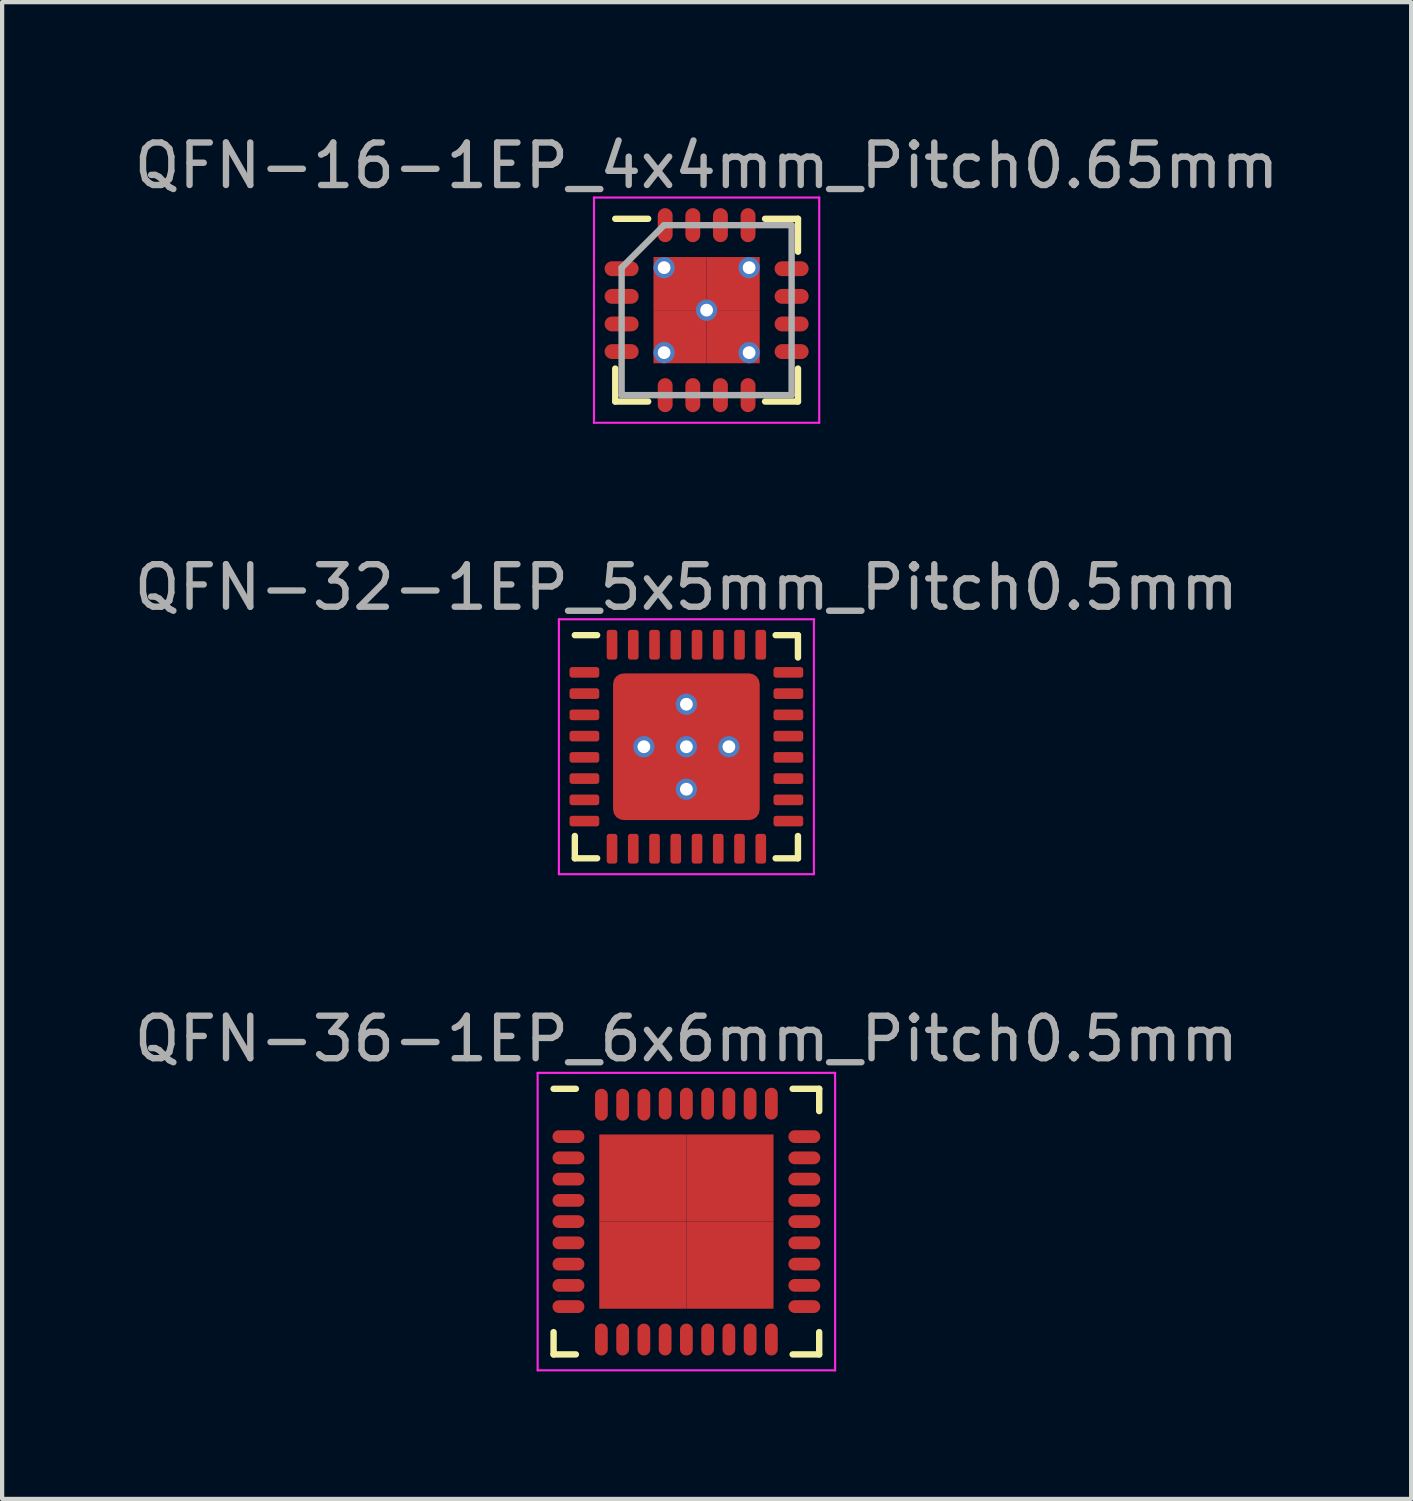
<source format=kicad_pcb>
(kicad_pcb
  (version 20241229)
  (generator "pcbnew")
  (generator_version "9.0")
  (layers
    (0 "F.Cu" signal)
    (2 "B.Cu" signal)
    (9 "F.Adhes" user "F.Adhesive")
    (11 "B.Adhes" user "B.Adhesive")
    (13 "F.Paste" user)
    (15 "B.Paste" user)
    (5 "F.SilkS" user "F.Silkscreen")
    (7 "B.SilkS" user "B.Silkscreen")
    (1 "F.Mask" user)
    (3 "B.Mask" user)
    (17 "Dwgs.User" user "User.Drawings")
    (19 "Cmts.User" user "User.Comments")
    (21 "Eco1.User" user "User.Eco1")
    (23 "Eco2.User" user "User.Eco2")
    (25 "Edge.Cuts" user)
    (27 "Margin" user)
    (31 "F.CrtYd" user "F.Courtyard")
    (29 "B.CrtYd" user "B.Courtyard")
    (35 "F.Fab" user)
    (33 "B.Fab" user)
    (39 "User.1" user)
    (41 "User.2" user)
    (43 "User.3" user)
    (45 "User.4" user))
  (footprint "QFN-36-1EP_6x6mm_Pitch0.5mm"
    (layer "F.Cu")
    (at 13.101 25.695)
    (property "Reference" "QFN-36-1EP_6x6mm_Pitch0.5mm" (at 0 -4.3 0) (layer "F.Fab") (effects (font (size 1 1) (thickness 0.15))))
    (attr smd)
    (fp_line (start -3.125 -3.125) (end -2.6 -3.125) (stroke (width 0.15) (type solid)) (layer "F.SilkS"))
    (fp_line (start -3.125 3.125) (end -3.125 2.6) (stroke (width 0.15) (type solid)) (layer "F.SilkS"))
    (fp_line (start -3.125 3.125) (end -2.6 3.125) (stroke (width 0.15) (type solid)) (layer "F.SilkS"))
    (fp_line (start 3.125 -3.125) (end 2.5 -3.125) (stroke (width 0.15) (type solid)) (layer "F.SilkS"))
    (fp_line (start 3.125 -3.125) (end 3.125 -2.6) (stroke (width 0.15) (type solid)) (layer "F.SilkS"))
    (fp_line (start 3.125 3.125) (end 2.5 3.125) (stroke (width 0.15) (type solid)) (layer "F.SilkS"))
    (fp_line (start 3.125 3.125) (end 3.125 2.6) (stroke (width 0.15) (type solid)) (layer "F.SilkS"))
    (fp_line (start -3.5 -3.5) (end -3.5 3.5) (stroke (width 0.05) (type solid)) (layer "F.CrtYd"))
    (fp_line (start -3.5 -3.5) (end 3.5 -3.5) (stroke (width 0.05) (type solid)) (layer "F.CrtYd"))
    (fp_line (start -3.5 3.5) (end 3.5 3.5) (stroke (width 0.05) (type solid)) (layer "F.CrtYd"))
    (fp_line (start 3.5 -3.5) (end 3.5 3.5) (stroke (width 0.05) (type solid)) (layer "F.CrtYd"))
    (pad "1" smd oval (at -2.775 -2) (size 0.75 0.3) (layers "F.Cu" "F.Mask" "F.Paste"))
    (pad "2" smd oval (at -2.775 -1.5) (size 0.75 0.3) (layers "F.Cu" "F.Mask" "F.Paste"))
    (pad "3" smd oval (at -2.775 -1) (size 0.75 0.3) (layers "F.Cu" "F.Mask" "F.Paste"))
    (pad "4" smd oval (at -2.775 -0.5) (size 0.75 0.3) (layers "F.Cu" "F.Mask" "F.Paste"))
    (pad "5" smd oval (at -2.775 0) (size 0.75 0.3) (layers "F.Cu" "F.Mask" "F.Paste"))
    (pad "6" smd oval (at -2.775 0.5) (size 0.75 0.3) (layers "F.Cu" "F.Mask" "F.Paste"))
    (pad "7" smd oval (at -2.775 1) (size 0.75 0.3) (layers "F.Cu" "F.Mask" "F.Paste"))
    (pad "8" smd oval (at -2.775 1.5) (size 0.75 0.3) (layers "F.Cu" "F.Mask" "F.Paste"))
    (pad "9" smd oval (at -2.775 2) (size 0.75 0.3) (layers "F.Cu" "F.Mask" "F.Paste"))
    (pad "10" smd oval (at -2 2.775 90) (size 0.75 0.3) (layers "F.Cu" "F.Mask" "F.Paste"))
    (pad "11" smd oval (at -1.5 2.775 90) (size 0.75 0.3) (layers "F.Cu" "F.Mask" "F.Paste"))
    (pad "12" smd oval (at -1 2.775 90) (size 0.75 0.3) (layers "F.Cu" "F.Mask" "F.Paste"))
    (pad "13" smd oval (at -0.5 2.775 90) (size 0.75 0.3) (layers "F.Cu" "F.Mask" "F.Paste"))
    (pad "14" smd oval (at 0 2.775 90) (size 0.75 0.3) (layers "F.Cu" "F.Mask" "F.Paste"))
    (pad "15" smd oval (at 0.5 2.775 90) (size 0.75 0.3) (layers "F.Cu" "F.Mask" "F.Paste"))
    (pad "16" smd oval (at 1 2.775 90) (size 0.75 0.3) (layers "F.Cu" "F.Mask" "F.Paste"))
    (pad "17" smd oval (at 1.5 2.775 270) (size 0.75 0.3) (layers "F.Cu" "F.Mask" "F.Paste"))
    (pad "18" smd oval (at 2 2.775 270) (size 0.75 0.3) (layers "F.Cu" "F.Mask" "F.Paste"))
    (pad "19" smd oval (at 2.775 2) (size 0.75 0.3) (layers "F.Cu" "F.Mask" "F.Paste"))
    (pad "20" smd oval (at 2.775 1.5) (size 0.75 0.3) (layers "F.Cu" "F.Mask" "F.Paste"))
    (pad "21" smd oval (at 2.775 1) (size 0.75 0.3) (layers "F.Cu" "F.Mask" "F.Paste"))
    (pad "22" smd oval (at 2.775 0.5) (size 0.75 0.3) (layers "F.Cu" "F.Mask" "F.Paste"))
    (pad "23" smd oval (at 2.775 0) (size 0.75 0.3) (layers "F.Cu" "F.Mask" "F.Paste"))
    (pad "24" smd oval (at 2.775 -0.5) (size 0.75 0.3) (layers "F.Cu" "F.Mask" "F.Paste"))
    (pad "25" smd oval (at 2.775 -1) (size 0.75 0.3) (layers "F.Cu" "F.Mask" "F.Paste"))
    (pad "26" smd oval (at 2.775 -1.5) (size 0.75 0.3) (layers "F.Cu" "F.Mask" "F.Paste"))
    (pad "27" smd oval (at 2.775 -2) (size 0.75 0.3) (layers "F.Cu" "F.Mask" "F.Paste"))
    (pad "28" smd oval (at 2 -2.775 90) (size 0.75 0.3) (layers "F.Cu" "F.Mask" "F.Paste"))
    (pad "29" smd oval (at 1.5 -2.775 90) (size 0.75 0.3) (layers "F.Cu" "F.Mask" "F.Paste"))
    (pad "30" smd oval (at 1 -2.775 90) (size 0.75 0.3) (layers "F.Cu" "F.Mask" "F.Paste"))
    (pad "31" smd oval (at 0.5 -2.775 90) (size 0.75 0.3) (layers "F.Cu" "F.Mask" "F.Paste"))
    (pad "32" smd oval (at 0 -2.775 90) (size 0.75 0.3) (layers "F.Cu" "F.Mask" "F.Paste"))
    (pad "33" smd oval (at -0.5 -2.775 90) (size 0.75 0.3) (layers "F.Cu" "F.Mask" "F.Paste"))
    (pad "34" smd oval (at -1 -2.75 90) (size 0.75 0.3) (layers "F.Cu" "F.Mask" "F.Paste"))
    (pad "35" smd oval (at -1.5 -2.75 90) (size 0.75 0.3) (layers "F.Cu" "F.Mask" "F.Paste"))
    (pad "36" smd oval (at -2 -2.75 90) (size 0.75 0.3) (layers "F.Cu" "F.Mask" "F.Paste"))
    (pad "37" smd rect (at -1.025 -1.025) (size 2.05 2.05) (layers "F.Cu" "F.Mask" "F.Paste"))
    (pad "37" smd rect (at -1.025 1.025) (size 2.05 2.05) (layers "F.Cu" "F.Mask" "F.Paste"))
    (pad "37" smd rect (at 1.025 -1.025) (size 2.05 2.05) (layers "F.Cu" "F.Mask" "F.Paste"))
    (pad "37" smd rect (at 1.025 1.025) (size 2.05 2.05) (layers "F.Cu" "F.Mask" "F.Paste")))
  (footprint "QFN-32-1EP_5x5mm_Pitch0.5mm"
    (layer "F.Cu")
    (at 13.101 14.521)
    (property "Reference" "QFN-32-1EP_5x5mm_Pitch0.5mm" (at 0 -3.75 0) (layer "F.Fab") (effects (font (size 1 1) (thickness 0.15))))
    (attr smd)
    (fp_line (start -2.625 -2.625) (end -2.1 -2.625) (stroke (width 0.15) (type solid)) (layer "F.SilkS"))
    (fp_line (start -2.625 2.625) (end -2.625 2.1) (stroke (width 0.15) (type solid)) (layer "F.SilkS"))
    (fp_line (start -2.625 2.625) (end -2.1 2.625) (stroke (width 0.15) (type solid)) (layer "F.SilkS"))
    (fp_line (start 2.625 -2.625) (end 2.1 -2.625) (stroke (width 0.15) (type solid)) (layer "F.SilkS"))
    (fp_line (start 2.625 -2.625) (end 2.625 -2.1) (stroke (width 0.15) (type solid)) (layer "F.SilkS"))
    (fp_line (start 2.625 2.625) (end 2.1 2.625) (stroke (width 0.15) (type solid)) (layer "F.SilkS"))
    (fp_line (start 2.625 2.625) (end 2.625 2.1) (stroke (width 0.15) (type solid)) (layer "F.SilkS"))
    (fp_line (start -3 -3) (end -3 3) (stroke (width 0.05) (type solid)) (layer "F.CrtYd"))
    (fp_line (start -3 -3) (end 3 -3) (stroke (width 0.05) (type solid)) (layer "F.CrtYd"))
    (fp_line (start -3 3) (end 3 3) (stroke (width 0.05) (type solid)) (layer "F.CrtYd"))
    (fp_line (start 3 -3) (end 3 3) (stroke (width 0.05) (type solid)) (layer "F.CrtYd"))
    (pad "" smd roundrect (at -0.863 -0.863) (size 1.38 1.38) (layers "F.Paste") (roundrect_rratio 0.181))
    (pad "" smd roundrect (at -0.863 0.863) (size 1.38 1.38) (layers "F.Paste") (roundrect_rratio 0.181))
    (pad "" smd roundrect (at 0.863 -0.863) (size 1.38 1.38) (layers "F.Paste") (roundrect_rratio 0.181))
    (pad "" smd roundrect (at 0.863 0.863) (size 1.38 1.38) (layers "F.Paste") (roundrect_rratio 0.181))
    (pad "1" smd roundrect (at -2.4 -1.75) (size 0.7 0.25) (layers "F.Cu" "F.Mask" "F.Paste") (roundrect_rratio 0.25))
    (pad "2" smd roundrect (at -2.4 -1.25) (size 0.7 0.25) (layers "F.Cu" "F.Mask" "F.Paste") (roundrect_rratio 0.25))
    (pad "3" smd roundrect (at -2.4 -0.75) (size 0.7 0.25) (layers "F.Cu" "F.Mask" "F.Paste") (roundrect_rratio 0.25))
    (pad "4" smd roundrect (at -2.4 -0.25) (size 0.7 0.25) (layers "F.Cu" "F.Mask" "F.Paste") (roundrect_rratio 0.25))
    (pad "5" smd roundrect (at -2.4 0.25) (size 0.7 0.25) (layers "F.Cu" "F.Mask" "F.Paste") (roundrect_rratio 0.25))
    (pad "6" smd roundrect (at -2.4 0.75) (size 0.7 0.25) (layers "F.Cu" "F.Mask" "F.Paste") (roundrect_rratio 0.25))
    (pad "7" smd roundrect (at -2.4 1.25) (size 0.7 0.25) (layers "F.Cu" "F.Mask" "F.Paste") (roundrect_rratio 0.25))
    (pad "8" smd roundrect (at -2.4 1.75) (size 0.7 0.25) (layers "F.Cu" "F.Mask" "F.Paste") (roundrect_rratio 0.25))
    (pad "9" smd roundrect (at -1.75 2.4 90) (size 0.7 0.25) (layers "F.Cu" "F.Mask" "F.Paste") (roundrect_rratio 0.25))
    (pad "10" smd roundrect (at -1.25 2.4 90) (size 0.7 0.25) (layers "F.Cu" "F.Mask" "F.Paste") (roundrect_rratio 0.25))
    (pad "11" smd roundrect (at -0.75 2.4 90) (size 0.7 0.25) (layers "F.Cu" "F.Mask" "F.Paste") (roundrect_rratio 0.25))
    (pad "12" smd roundrect (at -0.25 2.4 90) (size 0.7 0.25) (layers "F.Cu" "F.Mask" "F.Paste") (roundrect_rratio 0.25))
    (pad "13" smd roundrect (at 0.25 2.4 90) (size 0.7 0.25) (layers "F.Cu" "F.Mask" "F.Paste") (roundrect_rratio 0.25))
    (pad "14" smd roundrect (at 0.75 2.4 90) (size 0.7 0.25) (layers "F.Cu" "F.Mask" "F.Paste") (roundrect_rratio 0.25))
    (pad "15" smd roundrect (at 1.25 2.4 90) (size 0.7 0.25) (layers "F.Cu" "F.Mask" "F.Paste") (roundrect_rratio 0.25))
    (pad "16" smd roundrect (at 1.75 2.4 90) (size 0.7 0.25) (layers "F.Cu" "F.Mask" "F.Paste") (roundrect_rratio 0.25))
    (pad "17" smd roundrect (at 2.4 1.75) (size 0.7 0.25) (layers "F.Cu" "F.Mask" "F.Paste") (roundrect_rratio 0.25))
    (pad "18" smd roundrect (at 2.4 1.25) (size 0.7 0.25) (layers "F.Cu" "F.Mask" "F.Paste") (roundrect_rratio 0.25))
    (pad "19" smd roundrect (at 2.4 0.75) (size 0.7 0.25) (layers "F.Cu" "F.Mask" "F.Paste") (roundrect_rratio 0.25))
    (pad "20" smd roundrect (at 2.4 0.25) (size 0.7 0.25) (layers "F.Cu" "F.Mask" "F.Paste") (roundrect_rratio 0.25))
    (pad "21" smd roundrect (at 2.4 -0.25) (size 0.7 0.25) (layers "F.Cu" "F.Mask" "F.Paste") (roundrect_rratio 0.25))
    (pad "22" smd roundrect (at 2.4 -0.75) (size 0.7 0.25) (layers "F.Cu" "F.Mask" "F.Paste") (roundrect_rratio 0.25))
    (pad "23" smd roundrect (at 2.4 -1.25) (size 0.7 0.25) (layers "F.Cu" "F.Mask" "F.Paste") (roundrect_rratio 0.25))
    (pad "24" smd roundrect (at 2.4 -1.75) (size 0.7 0.25) (layers "F.Cu" "F.Mask" "F.Paste") (roundrect_rratio 0.25))
    (pad "25" smd roundrect (at 1.75 -2.4 90) (size 0.7 0.25) (layers "F.Cu" "F.Mask" "F.Paste") (roundrect_rratio 0.25))
    (pad "26" smd roundrect (at 1.25 -2.4 90) (size 0.7 0.25) (layers "F.Cu" "F.Mask" "F.Paste") (roundrect_rratio 0.25))
    (pad "27" smd roundrect (at 0.75 -2.4 90) (size 0.7 0.25) (layers "F.Cu" "F.Mask" "F.Paste") (roundrect_rratio 0.25))
    (pad "28" smd roundrect (at 0.25 -2.4 90) (size 0.7 0.25) (layers "F.Cu" "F.Mask" "F.Paste") (roundrect_rratio 0.25))
    (pad "29" smd roundrect (at -0.25 -2.4 90) (size 0.7 0.25) (layers "F.Cu" "F.Mask" "F.Paste") (roundrect_rratio 0.25))
    (pad "30" smd roundrect (at -0.75 -2.4 90) (size 0.7 0.25) (layers "F.Cu" "F.Mask" "F.Paste") (roundrect_rratio 0.25))
    (pad "31" smd roundrect (at -1.25 -2.4 90) (size 0.7 0.25) (layers "F.Cu" "F.Mask" "F.Paste") (roundrect_rratio 0.25))
    (pad "32" smd roundrect (at -1.75 -2.4 90) (size 0.7 0.25) (layers "F.Cu" "F.Mask" "F.Paste") (roundrect_rratio 0.25))
    (pad "33" thru_hole circle (at -1 0 90) (size 0.5 0.5) (drill 0.3) (layers "*.Cu" "F.Mask"))
    (pad "33" thru_hole circle (at 0 -1 90) (size 0.5 0.5) (drill 0.3) (layers "*.Cu" "F.Mask"))
    (pad "33" thru_hole circle (at 0 0 90) (size 0.5 0.5) (drill 0.3) (layers "*.Cu" "F.Mask"))
    (pad "33" smd roundrect (at 0 0) (size 3.45 3.45) (layers "F.Cu" "F.Mask") (roundrect_rratio 0.072))
    (pad "33" thru_hole circle (at 0 1 90) (size 0.5 0.5) (drill 0.3) (layers "*.Cu" "F.Mask"))
    (pad "33" thru_hole circle (at 1 0 90) (size 0.5 0.5) (drill 0.3) (layers "*.Cu" "F.Mask")))
  (footprint "QFN-16-1EP_4x4mm_Pitch0.65mm"
    (layer "F.Cu")
    (at 13.577 4.248)
    (property "Reference" "QFN-16-1EP_4x4mm_Pitch0.65mm" (at 0 -3.4 0) (layer "F.Fab") (effects (font (size 1 1) (thickness 0.15))))
    (attr smd)
    (fp_line (start -2.15 -2.15) (end -1.375 -2.15) (stroke (width 0.15) (type solid)) (layer "F.SilkS"))
    (fp_line (start -2.15 2.15) (end -2.15 1.375) (stroke (width 0.15) (type solid)) (layer "F.SilkS"))
    (fp_line (start -2.15 2.15) (end -1.375 2.15) (stroke (width 0.15) (type solid)) (layer "F.SilkS"))
    (fp_line (start 2.15 -2.15) (end 1.375 -2.15) (stroke (width 0.15) (type solid)) (layer "F.SilkS"))
    (fp_line (start 2.15 -2.15) (end 2.15 -1.375) (stroke (width 0.15) (type solid)) (layer "F.SilkS"))
    (fp_line (start 2.15 2.15) (end 1.375 2.15) (stroke (width 0.15) (type solid)) (layer "F.SilkS"))
    (fp_line (start 2.15 2.15) (end 2.15 1.375) (stroke (width 0.15) (type solid)) (layer "F.SilkS"))
    (fp_line (start -2.65 -2.65) (end -2.65 2.65) (stroke (width 0.05) (type solid)) (layer "F.CrtYd"))
    (fp_line (start -2.65 -2.65) (end 2.65 -2.65) (stroke (width 0.05) (type solid)) (layer "F.CrtYd"))
    (fp_line (start -2.65 2.65) (end 2.65 2.65) (stroke (width 0.05) (type solid)) (layer "F.CrtYd"))
    (fp_line (start 2.65 -2.65) (end 2.65 2.65) (stroke (width 0.05) (type solid)) (layer "F.CrtYd"))
    (fp_line (start -2 -1) (end -1 -2) (stroke (width 0.15) (type solid)) (layer "F.Fab"))
    (fp_line (start -2 2) (end -2 -1) (stroke (width 0.15) (type solid)) (layer "F.Fab"))
    (fp_line (start -1 -2) (end 2 -2) (stroke (width 0.15) (type solid)) (layer "F.Fab"))
    (fp_line (start 2 -2) (end 2 2) (stroke (width 0.15) (type solid)) (layer "F.Fab"))
    (fp_line (start 2 2) (end -2 2) (stroke (width 0.15) (type solid)) (layer "F.Fab"))
    (pad "1" smd oval (at -2 -0.975) (size 0.8 0.35) (layers "F.Cu" "F.Mask" "F.Paste"))
    (pad "2" smd oval (at -2 -0.325) (size 0.8 0.35) (layers "F.Cu" "F.Mask" "F.Paste"))
    (pad "3" smd oval (at -2 0.325) (size 0.8 0.35) (layers "F.Cu" "F.Mask" "F.Paste"))
    (pad "4" smd oval (at -2 0.975) (size 0.8 0.35) (layers "F.Cu" "F.Mask" "F.Paste"))
    (pad "5" smd oval (at -0.975 2 90) (size 0.8 0.35) (layers "F.Cu" "F.Mask" "F.Paste"))
    (pad "6" smd oval (at -0.325 2 90) (size 0.8 0.35) (layers "F.Cu" "F.Mask" "F.Paste"))
    (pad "7" smd oval (at 0.325 2 90) (size 0.8 0.35) (layers "F.Cu" "F.Mask" "F.Paste"))
    (pad "8" smd oval (at 0.975 2 90) (size 0.8 0.35) (layers "F.Cu" "F.Mask" "F.Paste"))
    (pad "9" smd oval (at 2 0.975) (size 0.8 0.35) (layers "F.Cu" "F.Mask" "F.Paste"))
    (pad "10" smd oval (at 2 0.325) (size 0.8 0.35) (layers "F.Cu" "F.Mask" "F.Paste"))
    (pad "11" smd oval (at 2 -0.325) (size 0.8 0.35) (layers "F.Cu" "F.Mask" "F.Paste"))
    (pad "12" smd oval (at 2 -0.975) (size 0.8 0.35) (layers "F.Cu" "F.Mask" "F.Paste"))
    (pad "13" smd oval (at 0.975 -2 90) (size 0.8 0.35) (layers "F.Cu" "F.Mask" "F.Paste"))
    (pad "14" smd oval (at 0.325 -2 90) (size 0.8 0.35) (layers "F.Cu" "F.Mask" "F.Paste"))
    (pad "15" smd oval (at -0.325 -2 90) (size 0.8 0.35) (layers "F.Cu" "F.Mask" "F.Paste"))
    (pad "16" smd oval (at -0.975 -2 90) (size 0.8 0.35) (layers "F.Cu" "F.Mask" "F.Paste"))
    (pad "17" thru_hole circle (at -1 -1 90) (size 0.5 0.5) (drill 0.3) (layers "*.Cu" "*.Mask"))
    (pad "17" thru_hole circle (at -1 1 90) (size 0.5 0.5) (drill 0.3) (layers "*.Cu" "*.Mask"))
    (pad "17" smd rect (at -0.625 -0.625) (size 1.25 1.25) (layers "F.Cu" "F.Mask" "F.Paste"))
    (pad "17" smd rect (at -0.625 0.625) (size 1.25 1.25) (layers "F.Cu" "F.Mask" "F.Paste"))
    (pad "17" thru_hole circle (at 0 0 90) (size 0.5 0.5) (drill 0.3) (layers "*.Cu" "*.Mask"))
    (pad "17" smd rect (at 0.625 -0.625) (size 1.25 1.25) (layers "F.Cu" "F.Mask" "F.Paste"))
    (pad "17" smd rect (at 0.625 0.625) (size 1.25 1.25) (layers "F.Cu" "F.Mask" "F.Paste"))
    (pad "17" thru_hole circle (at 1 -1 90) (size 0.5 0.5) (drill 0.3) (layers "*.Cu" "*.Mask"))
    (pad "17" thru_hole circle (at 1 1 90) (size 0.5 0.5) (drill 0.3) (layers "*.Cu" "*.Mask")))
  (gr_rect
    (start -3 -3)
    (end 30.155 32.22)
    (stroke (width 0.1) (type default))
    (fill no)
    (layer "Edge.Cuts")))
</source>
